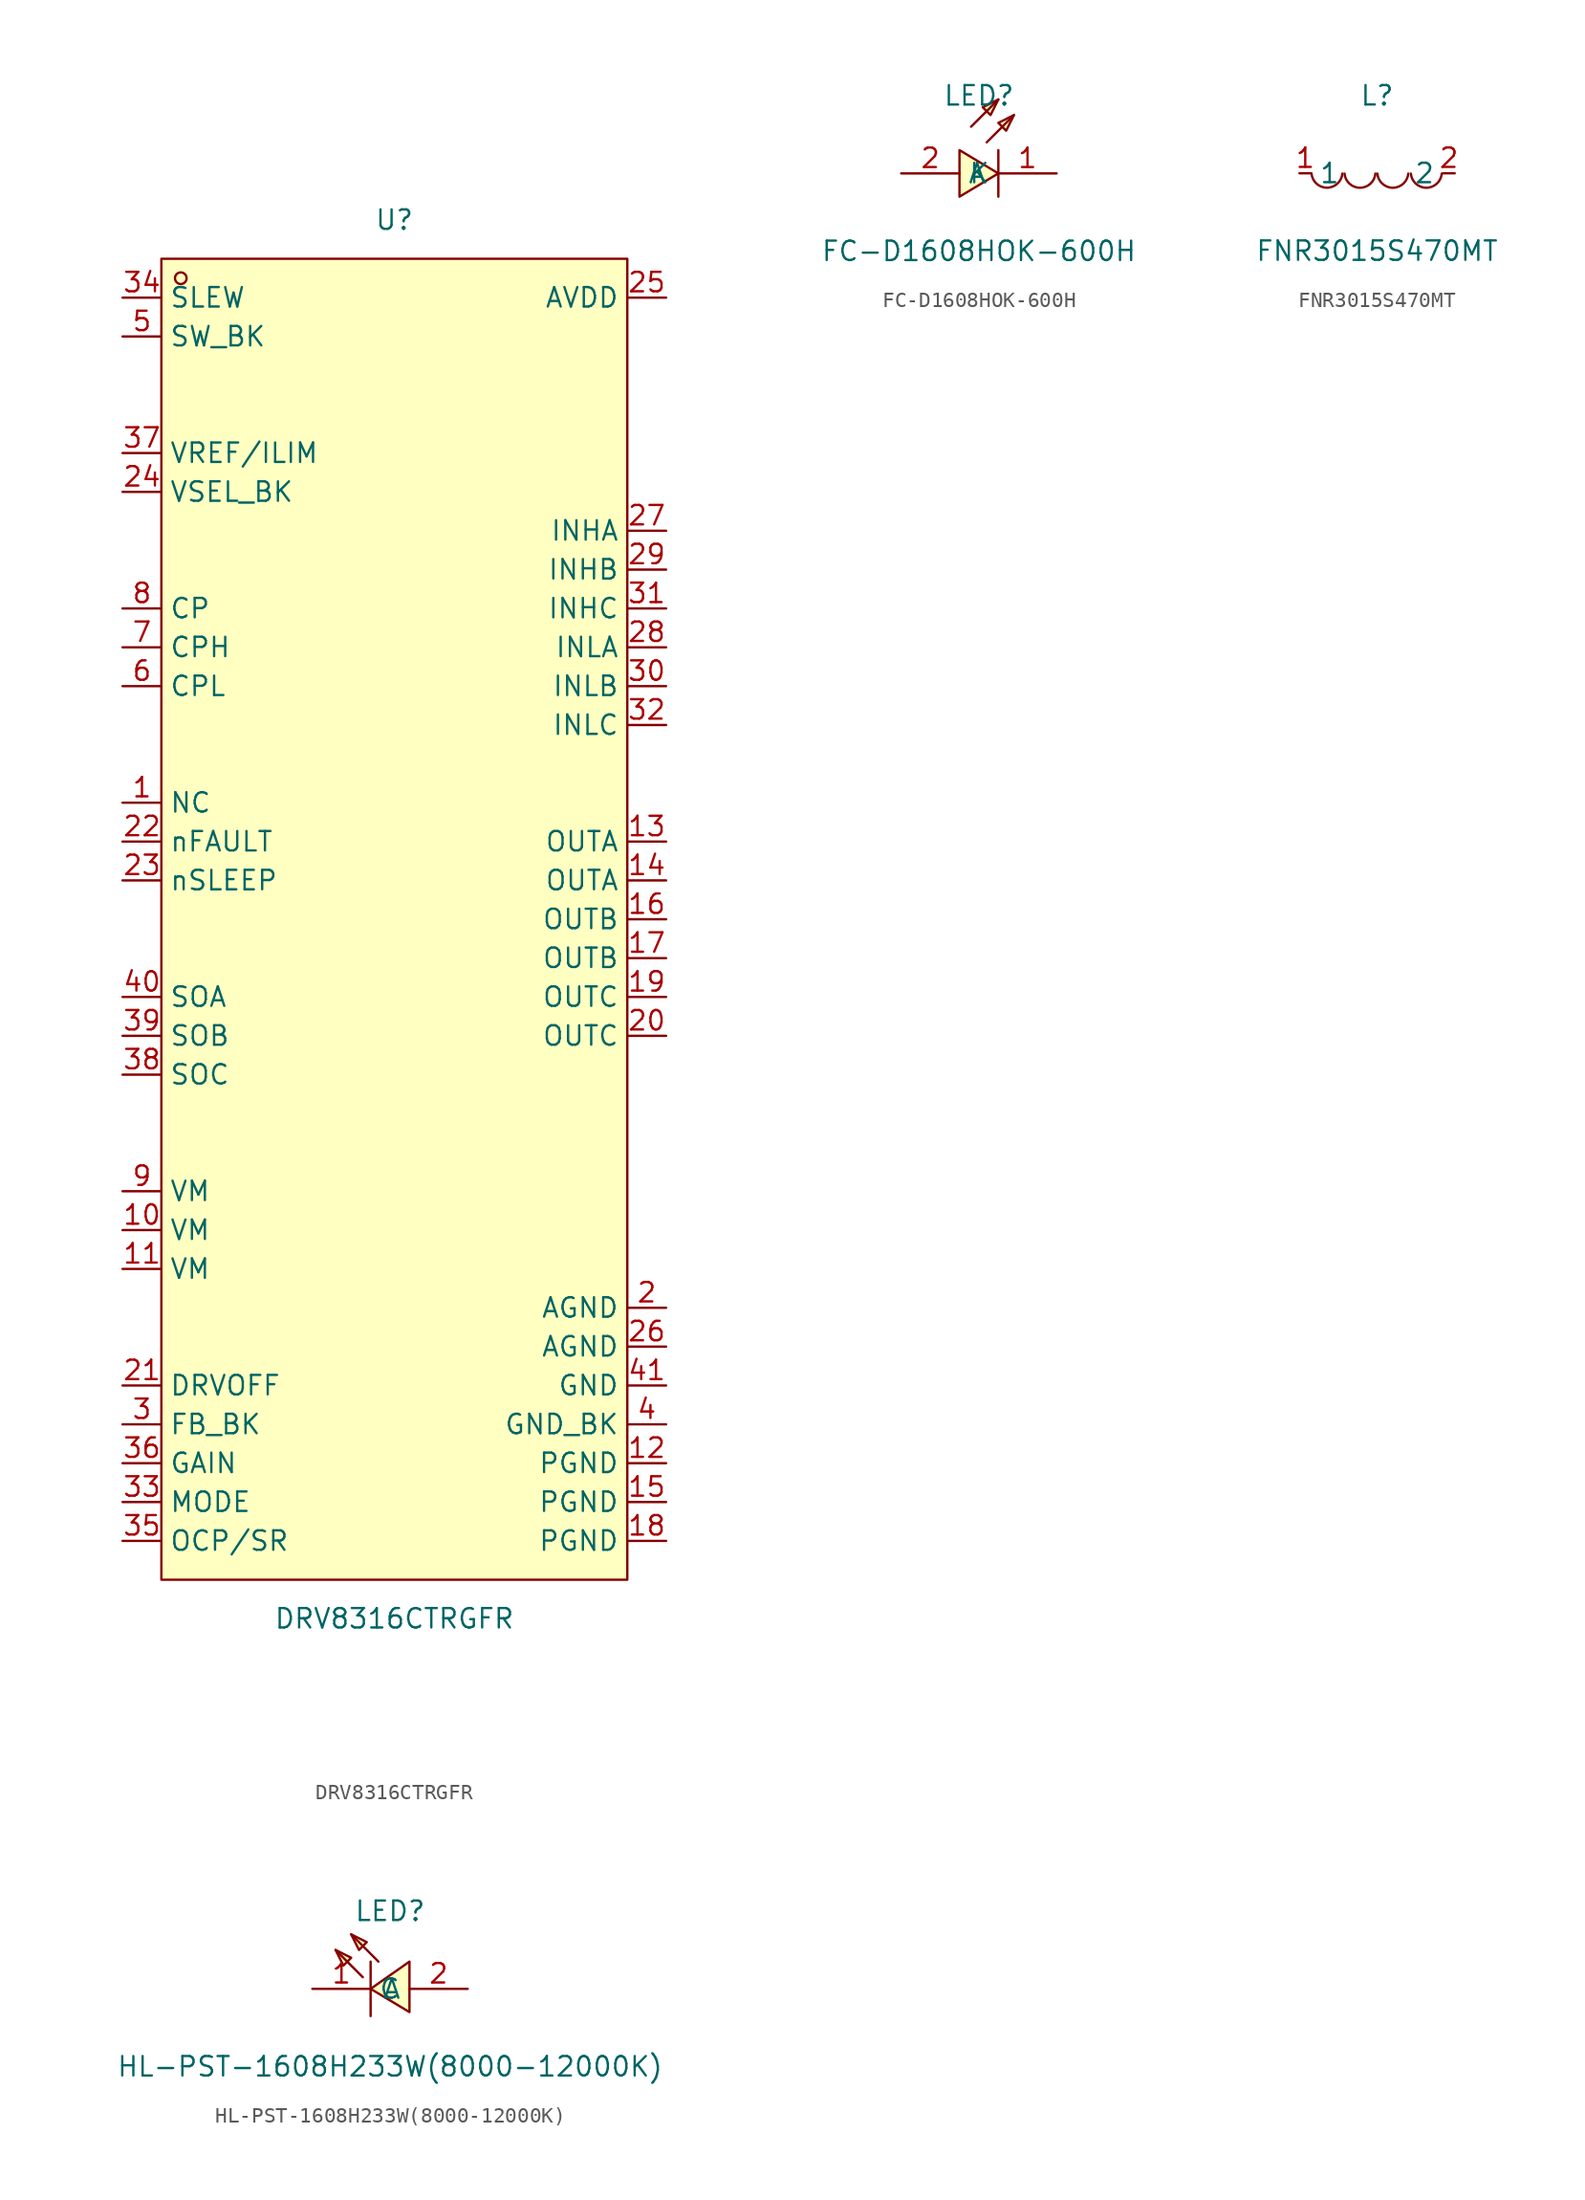
<source format=kicad_sym>
(kicad_symbol_lib
  (version 20211014)
  (generator https://github.com/uPesy/easyeda2kicad.py)
  (symbol "DRV8316CTRGFR"
    (property "Reference" "U"
      (at 0 45.72 0)
      (effects (font (size 1.27 1.27))))
    (property "Value" "DRV8316CTRGFR"
      (at 0 -45.72 0)
      (effects (font (size 1.27 1.27))))
    (symbol "DRV8316CTRGFR_0_1"
      (rectangle (start -15.24 43.18) (end 15.24 -43.18) (stroke (width 0) (type default) (color 0 0 0 0)) (fill (type background)))
      (circle (center -13.97 41.91) (radius 0.38) (stroke (width 0) (type default) (color 0 0 0 0)) (fill (type none)))
      (pin unspecified line (at -17.78 40.64 0) (length 2.54) (name "SLEW" (effects (font (size 1.27 1.27)))) (number "34" (effects (font (size 1.27 1.27)))))
      (pin unspecified line (at -17.78 38.10 0) (length 2.54) (name "SW_BK" (effects (font (size 1.27 1.27)))) (number "5" (effects (font (size 1.27 1.27)))))
      (pin unspecified line (at -17.78 30.48 0) (length 2.54) (name "VREF/ILIM" (effects (font (size 1.27 1.27)))) (number "37" (effects (font (size 1.27 1.27)))))
      (pin unspecified line (at -17.78 27.94 0) (length 2.54) (name "VSEL_BK" (effects (font (size 1.27 1.27)))) (number "24" (effects (font (size 1.27 1.27)))))
      (pin unspecified line (at -17.78 20.32 0) (length 2.54) (name "CP" (effects (font (size 1.27 1.27)))) (number "8" (effects (font (size 1.27 1.27)))))
      (pin unspecified line (at -17.78 17.78 0) (length 2.54) (name "CPH" (effects (font (size 1.27 1.27)))) (number "7" (effects (font (size 1.27 1.27)))))
      (pin unspecified line (at -17.78 15.24 0) (length 2.54) (name "CPL" (effects (font (size 1.27 1.27)))) (number "6" (effects (font (size 1.27 1.27)))))
      (pin unspecified line (at -17.78 7.62 0) (length 2.54) (name "NC" (effects (font (size 1.27 1.27)))) (number "1" (effects (font (size 1.27 1.27)))))
      (pin unspecified line (at -17.78 5.08 0) (length 2.54) (name "nFAULT" (effects (font (size 1.27 1.27)))) (number "22" (effects (font (size 1.27 1.27)))))
      (pin unspecified line (at -17.78 2.54 0) (length 2.54) (name "nSLEEP" (effects (font (size 1.27 1.27)))) (number "23" (effects (font (size 1.27 1.27)))))
      (pin unspecified line (at -17.78 -5.08 0) (length 2.54) (name "SOA" (effects (font (size 1.27 1.27)))) (number "40" (effects (font (size 1.27 1.27)))))
      (pin unspecified line (at -17.78 -7.62 0) (length 2.54) (name "SOB" (effects (font (size 1.27 1.27)))) (number "39" (effects (font (size 1.27 1.27)))))
      (pin unspecified line (at -17.78 -10.16 0) (length 2.54) (name "SOC" (effects (font (size 1.27 1.27)))) (number "38" (effects (font (size 1.27 1.27)))))
      (pin unspecified line (at -17.78 -17.78 0) (length 2.54) (name "VM" (effects (font (size 1.27 1.27)))) (number "9" (effects (font (size 1.27 1.27)))))
      (pin unspecified line (at -17.78 -20.32 0) (length 2.54) (name "VM" (effects (font (size 1.27 1.27)))) (number "10" (effects (font (size 1.27 1.27)))))
      (pin unspecified line (at -17.78 -22.86 0) (length 2.54) (name "VM" (effects (font (size 1.27 1.27)))) (number "11" (effects (font (size 1.27 1.27)))))
      (pin unspecified line (at -17.78 -30.48 0) (length 2.54) (name "DRVOFF" (effects (font (size 1.27 1.27)))) (number "21" (effects (font (size 1.27 1.27)))))
      (pin unspecified line (at -17.78 -33.02 0) (length 2.54) (name "FB_BK" (effects (font (size 1.27 1.27)))) (number "3" (effects (font (size 1.27 1.27)))))
      (pin unspecified line (at -17.78 -35.56 0) (length 2.54) (name "GAIN" (effects (font (size 1.27 1.27)))) (number "36" (effects (font (size 1.27 1.27)))))
      (pin unspecified line (at -17.78 -38.10 0) (length 2.54) (name "MODE" (effects (font (size 1.27 1.27)))) (number "33" (effects (font (size 1.27 1.27)))))
      (pin unspecified line (at -17.78 -40.64 0) (length 2.54) (name "OCP/SR" (effects (font (size 1.27 1.27)))) (number "35" (effects (font (size 1.27 1.27)))))
      (pin unspecified line (at 17.78 -40.64 180) (length 2.54) (name "PGND" (effects (font (size 1.27 1.27)))) (number "18" (effects (font (size 1.27 1.27)))))
      (pin unspecified line (at 17.78 -38.10 180) (length 2.54) (name "PGND" (effects (font (size 1.27 1.27)))) (number "15" (effects (font (size 1.27 1.27)))))
      (pin unspecified line (at 17.78 -35.56 180) (length 2.54) (name "PGND" (effects (font (size 1.27 1.27)))) (number "12" (effects (font (size 1.27 1.27)))))
      (pin unspecified line (at 17.78 -33.02 180) (length 2.54) (name "GND_BK" (effects (font (size 1.27 1.27)))) (number "4" (effects (font (size 1.27 1.27)))))
      (pin unspecified line (at 17.78 -30.48 180) (length 2.54) (name "GND" (effects (font (size 1.27 1.27)))) (number "41" (effects (font (size 1.27 1.27)))))
      (pin unspecified line (at 17.78 -27.94 180) (length 2.54) (name "AGND" (effects (font (size 1.27 1.27)))) (number "26" (effects (font (size 1.27 1.27)))))
      (pin unspecified line (at 17.78 -25.40 180) (length 2.54) (name "AGND" (effects (font (size 1.27 1.27)))) (number "2" (effects (font (size 1.27 1.27)))))
      (pin unspecified line (at 17.78 -7.62 180) (length 2.54) (name "OUTC" (effects (font (size 1.27 1.27)))) (number "20" (effects (font (size 1.27 1.27)))))
      (pin unspecified line (at 17.78 -5.08 180) (length 2.54) (name "OUTC" (effects (font (size 1.27 1.27)))) (number "19" (effects (font (size 1.27 1.27)))))
      (pin unspecified line (at 17.78 -2.54 180) (length 2.54) (name "OUTB" (effects (font (size 1.27 1.27)))) (number "17" (effects (font (size 1.27 1.27)))))
      (pin unspecified line (at 17.78 -0.00 180) (length 2.54) (name "OUTB" (effects (font (size 1.27 1.27)))) (number "16" (effects (font (size 1.27 1.27)))))
      (pin unspecified line (at 17.78 2.54 180) (length 2.54) (name "OUTA" (effects (font (size 1.27 1.27)))) (number "14" (effects (font (size 1.27 1.27)))))
      (pin unspecified line (at 17.78 5.08 180) (length 2.54) (name "OUTA" (effects (font (size 1.27 1.27)))) (number "13" (effects (font (size 1.27 1.27)))))
      (pin unspecified line (at 17.78 12.70 180) (length 2.54) (name "INLC" (effects (font (size 1.27 1.27)))) (number "32" (effects (font (size 1.27 1.27)))))
      (pin unspecified line (at 17.78 15.24 180) (length 2.54) (name "INLB" (effects (font (size 1.27 1.27)))) (number "30" (effects (font (size 1.27 1.27)))))
      (pin unspecified line (at 17.78 17.78 180) (length 2.54) (name "INLA" (effects (font (size 1.27 1.27)))) (number "28" (effects (font (size 1.27 1.27)))))
      (pin unspecified line (at 17.78 20.32 180) (length 2.54) (name "INHC" (effects (font (size 1.27 1.27)))) (number "31" (effects (font (size 1.27 1.27)))))
      (pin unspecified line (at 17.78 22.86 180) (length 2.54) (name "INHB" (effects (font (size 1.27 1.27)))) (number "29" (effects (font (size 1.27 1.27)))))
      (pin unspecified line (at 17.78 25.40 180) (length 2.54) (name "INHA" (effects (font (size 1.27 1.27)))) (number "27" (effects (font (size 1.27 1.27)))))
      (pin unspecified line (at 17.78 40.64 180) (length 2.54) (name "AVDD" (effects (font (size 1.27 1.27)))) (number "25" (effects (font (size 1.27 1.27)))))))
  (symbol "FC-D1608HOK-600H"
    (property "Reference" "LED"
      (at 0 3.81 0)
      (effects (font (size 1.27 1.27))))
    (property "Value" "FC-D1608HOK-600H"
      (at 0 -6.35 0)
      (effects (font (size 1.27 1.27))))
    (symbol "FC-D1608HOK-600H_0_1"
      (polyline (pts (xy 0.51 0.76) (xy 2.29 2.54)) (stroke (width 0) (type default) (color 0 0 0 0)) (fill (type none)))
      (polyline (pts (xy -0.51 1.78) (xy 1.27 3.56)) (stroke (width 0) (type default) (color 0 0 0 0)) (fill (type none)))
      (polyline (pts (xy 1.27 0.25) (xy 1.27 -2.79)) (stroke (width 0) (type default) (color 0 0 0 0)) (fill (type none)))
      (polyline (pts (xy -1.27 -2.79) (xy 1.27 -1.27) (xy -1.27 0.25) (xy -1.27 -2.79)) (stroke (width 0) (type default) (color 0 0 0 0)) (fill (type background)))
      (polyline (pts (xy 2.29 2.54) (xy 1.27 2.03) (xy 1.78 1.52) (xy 2.29 2.54)) (stroke (width 0) (type default) (color 0 0 0 0)) (fill (type background)))
      (polyline (pts (xy 1.27 3.56) (xy 0.25 3.05) (xy 0.76 2.54) (xy 1.27 3.56)) (stroke (width 0) (type default) (color 0 0 0 0)) (fill (type background)))
      (pin input line (at -5.08 -1.27 0) (length 3.81) (name "A" (effects (font (size 1.27 1.27)))) (number "2" (effects (font (size 1.27 1.27)))))
      (pin input line (at 5.08 -1.27 180) (length 3.81) (name "K" (effects (font (size 1.27 1.27)))) (number "1" (effects (font (size 1.27 1.27)))))))
  (symbol "FNR3015S470MT"
    (property "Reference" "L"
      (at 0 5.08 0)
      (effects (font (size 1.27 1.27))))
    (property "Value" "FNR3015S470MT"
      (at 0 -5.08 0)
      (effects (font (size 1.27 1.27))))
    (symbol "FNR3015S470MT_0_1"
      (arc (start -4.29 -0.02) (mid -2.81 -1.01) (end -2.27 -0.02) (stroke (width 0) (type default) (color 0 0 0 0)) (fill (type none)))
      (arc (start -2.13 -0.02) (mid -0.66 -1.01) (end -0.11 -0.02) (stroke (width 0) (type default) (color 0 0 0 0)) (fill (type none)))
      (arc (start 0.02 -0.02) (mid 1.49 -1.01) (end 2.04 -0.02) (stroke (width 0) (type default) (color 0 0 0 0)) (fill (type none)))
      (arc (start 2.21 -0.02) (mid 3.68 -1.01) (end 4.23 -0.02) (stroke (width 0) (type default) (color 0 0 0 0)) (fill (type none)))
      (pin unspecified line (at 5.08 -0.00 180) (length 0.762) (name "2" (effects (font (size 1.27 1.27)))) (number "2" (effects (font (size 1.27 1.27)))))
      (pin unspecified line (at -5.08 -0.00 0) (length 0.762) (name "1" (effects (font (size 1.27 1.27)))) (number "1" (effects (font (size 1.27 1.27)))))))
  (symbol "HL-PST-1608H233W(8000-12000K)"
    (property "Reference" "LED"
      (at 0 5.08 0)
      (effects (font (size 1.27 1.27))))
    (property "Value" "HL-PST-1608H233W(8000-12000K)"
      (at 0 -5.08 0)
      (effects (font (size 1.27 1.27))))
    (symbol "HL-PST-1608H233W(8000-12000K)_0_1"
      (polyline (pts (xy 1.27 -1.52) (xy -1.27 -0.00) (xy 1.27 1.78) (xy 1.27 -1.52)) (stroke (width 0) (type default) (color 0 0 0 0)) (fill (type background)))
      (polyline (pts (xy -1.27 -1.78) (xy -1.27 1.78)) (stroke (width 0) (type default) (color 0 0 0 0)) (fill (type none)))
      (polyline (pts (xy -0.76 1.78) (xy -2.54 3.56)) (stroke (width 0) (type default) (color 0 0 0 0)) (fill (type none)))
      (polyline (pts (xy -1.78 0.76) (xy -3.56 2.54)) (stroke (width 0) (type default) (color 0 0 0 0)) (fill (type none)))
      (polyline (pts (xy -2.54 3.56) (xy -1.52 3.05) (xy -2.03 2.54) (xy -2.54 3.56)) (stroke (width 0) (type default) (color 0 0 0 0)) (fill (type background)))
      (polyline (pts (xy -3.56 2.54) (xy -2.54 2.03) (xy -3.05 1.52) (xy -3.56 2.54)) (stroke (width 0) (type default) (color 0 0 0 0)) (fill (type background)))
      (pin unspecified line (at -5.08 -0.00 0) (length 3.81) (name "C" (effects (font (size 1.27 1.27)))) (number "1" (effects (font (size 1.27 1.27)))))
      (pin unspecified line (at 5.08 -0.00 180) (length 3.81) (name "A" (effects (font (size 1.27 1.27)))) (number "2" (effects (font (size 1.27 1.27))))))))
</source>
